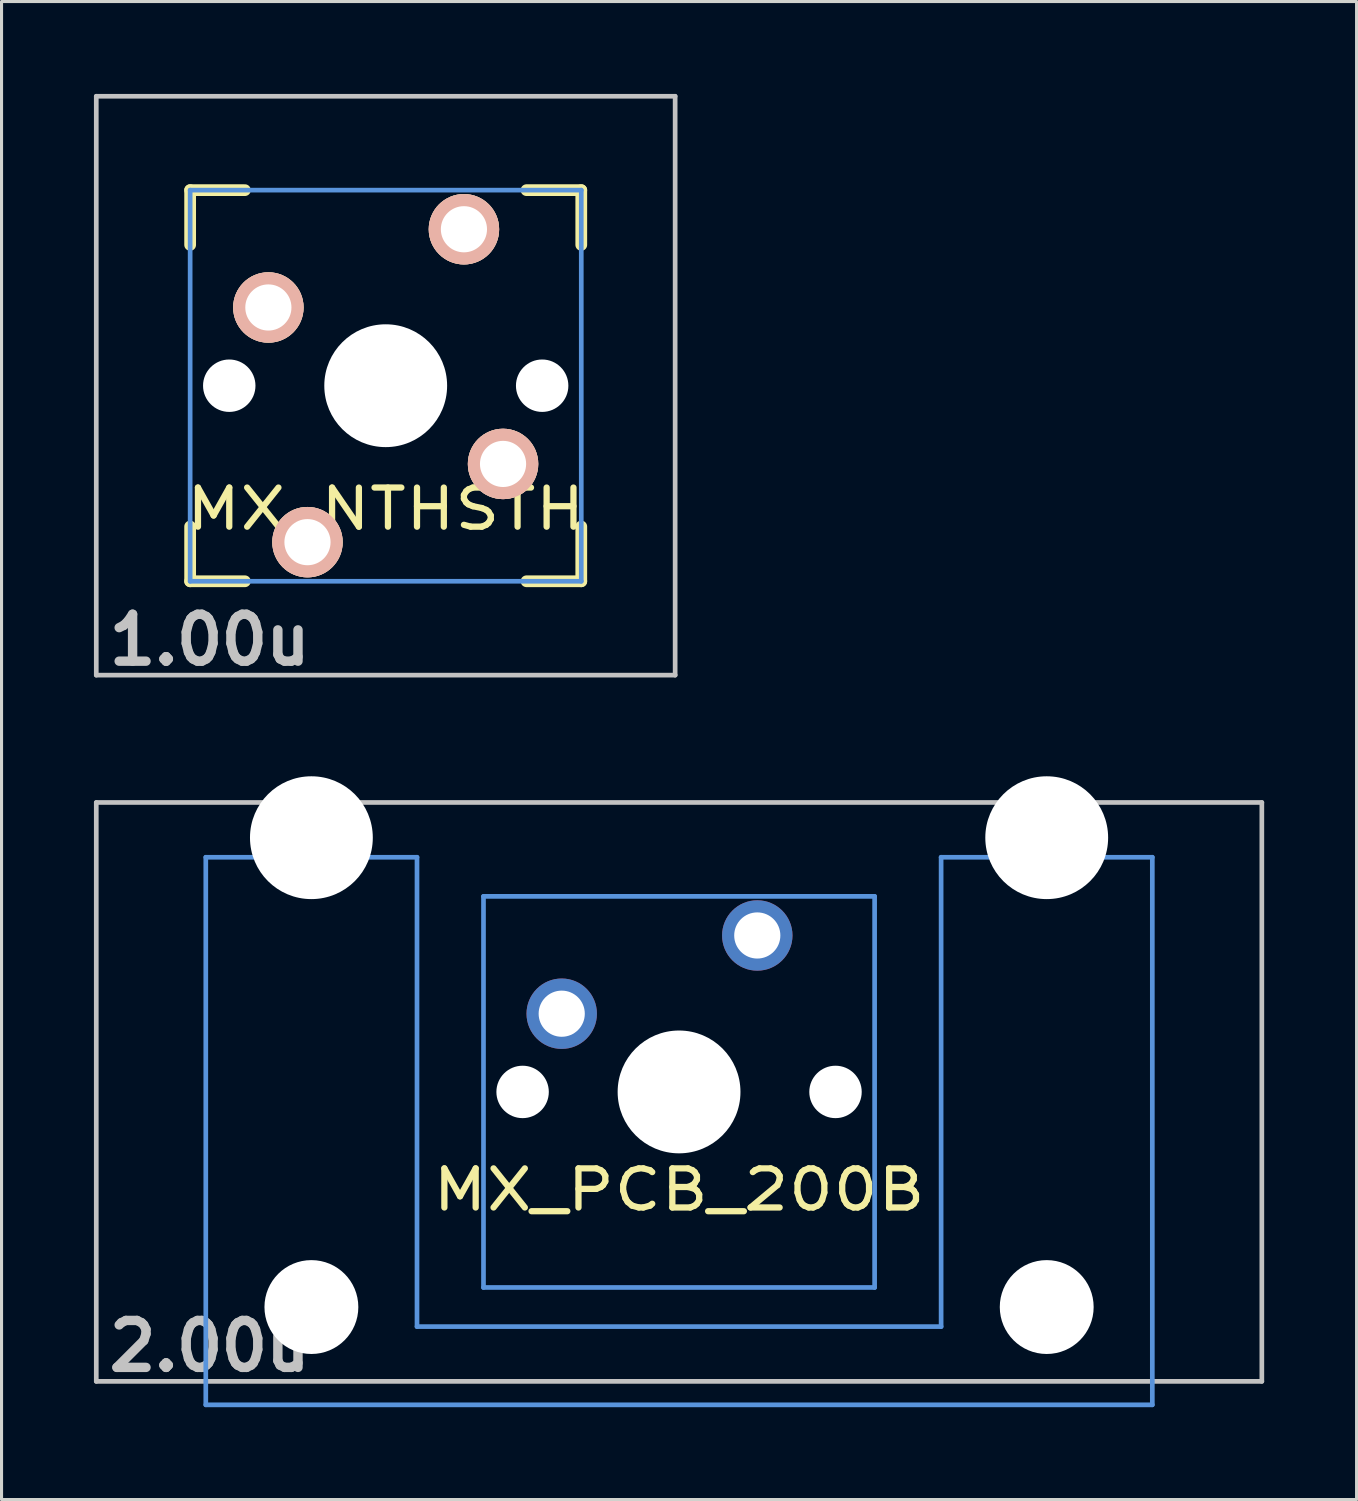
<source format=kicad_pcb>
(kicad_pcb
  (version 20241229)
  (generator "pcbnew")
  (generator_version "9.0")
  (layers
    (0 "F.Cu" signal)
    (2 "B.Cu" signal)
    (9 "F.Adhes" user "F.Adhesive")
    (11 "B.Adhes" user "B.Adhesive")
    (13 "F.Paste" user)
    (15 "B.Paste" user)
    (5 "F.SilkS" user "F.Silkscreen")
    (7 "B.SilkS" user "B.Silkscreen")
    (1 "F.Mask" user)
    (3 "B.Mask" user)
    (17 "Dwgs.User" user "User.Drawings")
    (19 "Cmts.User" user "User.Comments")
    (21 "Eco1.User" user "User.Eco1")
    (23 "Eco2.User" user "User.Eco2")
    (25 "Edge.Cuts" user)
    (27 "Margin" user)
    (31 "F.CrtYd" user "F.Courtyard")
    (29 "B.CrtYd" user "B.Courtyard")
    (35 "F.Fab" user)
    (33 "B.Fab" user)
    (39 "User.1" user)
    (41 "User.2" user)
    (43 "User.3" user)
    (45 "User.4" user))
  (footprint "MX_NTHSTH"
    (layer "F.Cu")
    (at 9.474 9.474)
    (property "Reference" "MX_NTHSTH" (at 0 4 0) (layer "F.SilkS") (effects (font (size 1.27 1.524) (thickness 0.203))))
    (attr through_hole)
    (fp_line (start -6.35 -6.35) (end -4.572 -6.35) (stroke (width 0.381) (type solid)) (layer "F.SilkS"))
    (fp_line (start -6.35 -4.572) (end -6.35 -6.35) (stroke (width 0.381) (type solid)) (layer "F.SilkS"))
    (fp_line (start -6.35 6.35) (end -6.35 4.572) (stroke (width 0.381) (type solid)) (layer "F.SilkS"))
    (fp_line (start -4.572 6.35) (end -6.35 6.35) (stroke (width 0.381) (type solid)) (layer "F.SilkS"))
    (fp_line (start 4.572 -6.35) (end 6.35 -6.35) (stroke (width 0.381) (type solid)) (layer "F.SilkS"))
    (fp_line (start 6.35 -6.35) (end 6.35 -4.572) (stroke (width 0.381) (type solid)) (layer "F.SilkS"))
    (fp_line (start 6.35 4.572) (end 6.35 6.35) (stroke (width 0.381) (type solid)) (layer "F.SilkS"))
    (fp_line (start 6.35 6.35) (end 4.572 6.35) (stroke (width 0.381) (type solid)) (layer "F.SilkS"))
    (fp_line (start -9.398 -9.398) (end 9.398 -9.398) (stroke (width 0.152) (type solid)) (layer "Dwgs.User"))
    (fp_line (start -9.398 9.398) (end -9.398 -9.398) (stroke (width 0.152) (type solid)) (layer "Dwgs.User"))
    (fp_line (start 9.398 -9.398) (end 9.398 9.398) (stroke (width 0.152) (type solid)) (layer "Dwgs.User"))
    (fp_line (start 9.398 9.398) (end -9.398 9.398) (stroke (width 0.152) (type solid)) (layer "Dwgs.User"))
    (fp_line (start -6.35 -6.35) (end 6.35 -6.35) (stroke (width 0.152) (type solid)) (layer "Cmts.User"))
    (fp_line (start -6.35 6.35) (end -6.35 -6.35) (stroke (width 0.152) (type solid)) (layer "Cmts.User"))
    (fp_line (start 6.35 -6.35) (end 6.35 6.35) (stroke (width 0.152) (type solid)) (layer "Cmts.User"))
    (fp_line (start 6.35 6.35) (end -6.35 6.35) (stroke (width 0.152) (type solid)) (layer "Cmts.User"))
    (fp_line (start -6.985 -6.985) (end 6.985 -6.985) (stroke (width 0.152) (type solid)) (layer "Eco2.User"))
    (fp_line (start -6.985 6.985) (end -6.985 -6.985) (stroke (width 0.152) (type solid)) (layer "Eco2.User"))
    (fp_line (start 6.985 -6.985) (end 6.985 6.985) (stroke (width 0.152) (type solid)) (layer "Eco2.User"))
    (fp_line (start 6.985 6.985) (end -6.985 6.985) (stroke (width 0.152) (type solid)) (layer "Eco2.User"))
    (fp_text user "1.00u" (at -5.715 8.255 0) (layer "Dwgs.User") (effects (font (size 1.524 1.524) (thickness 0.305))))
    (pad "" np_thru_hole circle (at -5.08 0) (size 1.702 1.702) (drill 1.702) (layers "*.Cu" "*.Mask"))
    (pad "" np_thru_hole circle (at 0 0) (size 3.988 3.988) (drill 3.988) (layers "*.Cu"))
    (pad "" np_thru_hole circle (at 5.08 0) (size 1.702 1.702) (drill 1.702) (layers "*.Cu" "*.Mask"))
    (pad "1" thru_hole circle (at -2.54 5.08 180) (size 2.286 2.286) (drill 1.499) (layers "*.Cu" "*.SilkS" "*.Mask"))
    (pad "1" thru_hole circle (at 2.54 -5.08) (size 2.286 2.286) (drill 1.499) (layers "*.Cu" "*.SilkS" "*.Mask"))
    (pad "2" thru_hole circle (at -3.81 -2.54) (size 2.286 2.286) (drill 1.499) (layers "*.Cu" "*.SilkS" "*.Mask"))
    (pad "2" thru_hole circle (at 3.81 2.54 180) (size 2.286 2.286) (drill 1.499) (layers "*.Cu" "*.SilkS" "*.Mask")))
  (footprint "MX_PCB_200B"
    (layer "F.Cu")
    (at 18.999 32.405)
    (property "Reference" "MX_PCB_200B" (at 0 3.175 0) (layer "F.SilkS") (effects (font (size 1.27 1.524) (thickness 0.203))))
    (attr through_hole)
    (fp_line (start -18.923 -9.398) (end 18.923 -9.398) (stroke (width 0.152) (type solid)) (layer "Dwgs.User"))
    (fp_line (start -18.923 9.398) (end -18.923 -9.398) (stroke (width 0.152) (type solid)) (layer "Dwgs.User"))
    (fp_line (start 18.923 -9.398) (end 18.923 9.398) (stroke (width 0.152) (type solid)) (layer "Dwgs.User"))
    (fp_line (start 18.923 9.398) (end -18.923 9.398) (stroke (width 0.152) (type solid)) (layer "Dwgs.User"))
    (fp_line (start -15.367 -7.62) (end -15.367 10.16) (stroke (width 0.152) (type solid)) (layer "Cmts.User"))
    (fp_line (start -15.367 10.16) (end 15.367 10.16) (stroke (width 0.152) (type solid)) (layer "Cmts.User"))
    (fp_line (start -8.509 -7.62) (end -15.367 -7.62) (stroke (width 0.152) (type solid)) (layer "Cmts.User"))
    (fp_line (start -8.509 7.62) (end -8.509 -7.62) (stroke (width 0.152) (type solid)) (layer "Cmts.User"))
    (fp_line (start -6.35 -6.35) (end 6.35 -6.35) (stroke (width 0.152) (type solid)) (layer "Cmts.User"))
    (fp_line (start -6.35 6.35) (end -6.35 -6.35) (stroke (width 0.152) (type solid)) (layer "Cmts.User"))
    (fp_line (start 6.35 -6.35) (end 6.35 6.35) (stroke (width 0.152) (type solid)) (layer "Cmts.User"))
    (fp_line (start 6.35 6.35) (end -6.35 6.35) (stroke (width 0.152) (type solid)) (layer "Cmts.User"))
    (fp_line (start 8.509 -7.62) (end 8.509 7.62) (stroke (width 0.152) (type solid)) (layer "Cmts.User"))
    (fp_line (start 8.509 7.62) (end -8.509 7.62) (stroke (width 0.152) (type solid)) (layer "Cmts.User"))
    (fp_line (start 15.367 -7.62) (end 8.509 -7.62) (stroke (width 0.152) (type solid)) (layer "Cmts.User"))
    (fp_line (start 15.367 10.16) (end 15.367 -7.62) (stroke (width 0.152) (type solid)) (layer "Cmts.User"))
    (fp_line (start -16.129 -0.508) (end -15.265 -0.508) (stroke (width 0.152) (type solid)) (layer "Eco2.User"))
    (fp_line (start -16.129 2.286) (end -16.129 -0.508) (stroke (width 0.152) (type solid)) (layer "Eco2.User"))
    (fp_line (start -15.265 -6.604) (end -14.224 -6.604) (stroke (width 0.152) (type solid)) (layer "Eco2.User"))
    (fp_line (start -15.265 -0.508) (end -15.265 -6.604) (stroke (width 0.152) (type solid)) (layer "Eco2.User"))
    (fp_line (start -15.265 2.286) (end -16.129 2.286) (stroke (width 0.152) (type solid)) (layer "Eco2.User"))
    (fp_line (start -15.265 5.69) (end -15.265 2.286) (stroke (width 0.152) (type solid)) (layer "Eco2.User"))
    (fp_line (start -14.224 -7.772) (end -9.652 -7.772) (stroke (width 0.152) (type solid)) (layer "Eco2.User"))
    (fp_line (start -14.224 -6.604) (end -14.224 -7.772) (stroke (width 0.152) (type solid)) (layer "Eco2.User"))
    (fp_line (start -9.652 -7.772) (end -9.652 -6.604) (stroke (width 0.152) (type solid)) (layer "Eco2.User"))
    (fp_line (start -9.652 -6.604) (end -8.611 -6.604) (stroke (width 0.152) (type solid)) (layer "Eco2.User"))
    (fp_line (start -8.611 -6.604) (end -8.611 -5.817) (stroke (width 0.152) (type solid)) (layer "Eco2.User"))
    (fp_line (start -8.611 -5.817) (end -6.985 -5.817) (stroke (width 0.152) (type solid)) (layer "Eco2.User"))
    (fp_line (start -8.611 4.877) (end -8.611 5.69) (stroke (width 0.152) (type solid)) (layer "Eco2.User"))
    (fp_line (start -8.611 5.69) (end -15.265 5.69) (stroke (width 0.152) (type solid)) (layer "Eco2.User"))
    (fp_line (start -6.985 -6.985) (end 6.985 -6.985) (stroke (width 0.152) (type solid)) (layer "Eco2.User"))
    (fp_line (start -6.985 -5.817) (end -6.985 -6.985) (stroke (width 0.152) (type solid)) (layer "Eco2.User"))
    (fp_line (start -6.985 4.877) (end -8.611 4.877) (stroke (width 0.152) (type solid)) (layer "Eco2.User"))
    (fp_line (start -6.985 6.985) (end -6.985 4.877) (stroke (width 0.152) (type solid)) (layer "Eco2.User"))
    (fp_line (start 6.985 -6.985) (end 6.985 -5.817) (stroke (width 0.152) (type solid)) (layer "Eco2.User"))
    (fp_line (start 6.985 -5.817) (end 8.611 -5.817) (stroke (width 0.152) (type solid)) (layer "Eco2.User"))
    (fp_line (start 6.985 4.877) (end 6.985 6.985) (stroke (width 0.152) (type solid)) (layer "Eco2.User"))
    (fp_line (start 6.985 6.985) (end -6.985 6.985) (stroke (width 0.152) (type solid)) (layer "Eco2.User"))
    (fp_line (start 8.611 -6.604) (end 9.652 -6.604) (stroke (width 0.152) (type solid)) (layer "Eco2.User"))
    (fp_line (start 8.611 -5.817) (end 8.611 -6.604) (stroke (width 0.152) (type solid)) (layer "Eco2.User"))
    (fp_line (start 8.611 4.877) (end 6.985 4.877) (stroke (width 0.152) (type solid)) (layer "Eco2.User"))
    (fp_line (start 8.611 5.69) (end 8.611 4.877) (stroke (width 0.152) (type solid)) (layer "Eco2.User"))
    (fp_line (start 9.652 -7.772) (end 14.224 -7.772) (stroke (width 0.152) (type solid)) (layer "Eco2.User"))
    (fp_line (start 9.652 -6.604) (end 9.652 -7.772) (stroke (width 0.152) (type solid)) (layer "Eco2.User"))
    (fp_line (start 14.224 -7.772) (end 14.224 -6.604) (stroke (width 0.152) (type solid)) (layer "Eco2.User"))
    (fp_line (start 14.224 -6.604) (end 15.265 -6.604) (stroke (width 0.152) (type solid)) (layer "Eco2.User"))
    (fp_line (start 15.265 -6.604) (end 15.265 -0.508) (stroke (width 0.152) (type solid)) (layer "Eco2.User"))
    (fp_line (start 15.265 -0.508) (end 16.129 -0.508) (stroke (width 0.152) (type solid)) (layer "Eco2.User"))
    (fp_line (start 15.265 2.286) (end 15.265 5.69) (stroke (width 0.152) (type solid)) (layer "Eco2.User"))
    (fp_line (start 15.265 5.69) (end 8.611 5.69) (stroke (width 0.152) (type solid)) (layer "Eco2.User"))
    (fp_line (start 16.129 -0.508) (end 16.129 2.286) (stroke (width 0.152) (type solid)) (layer "Eco2.User"))
    (fp_line (start 16.129 2.286) (end 15.265 2.286) (stroke (width 0.152) (type solid)) (layer "Eco2.User"))
    (fp_text user "2.00u" (at -15.24 8.255 0) (layer "Dwgs.User") (effects (font (size 1.524 1.524) (thickness 0.305))))
    (pad "" np_thru_hole circle (at -11.938 -8.255) (size 3.988 3.988) (drill 3.988) (layers "*.Cu" "*.Mask"))
    (pad "" np_thru_hole circle (at -11.938 6.985 90) (size 3.048 3.048) (drill 3.048) (layers "*.Cu" "*.Mask"))
    (pad "" np_thru_hole circle (at -5.08 0 180) (size 1.702 1.702) (drill 1.702) (layers "*.Cu"))
    (pad "" np_thru_hole circle (at 0 0) (size 3.988 3.988) (drill 3.988) (layers "*.Cu" "*.Mask"))
    (pad "" np_thru_hole circle (at 5.08 0 180) (size 1.702 1.702) (drill 1.702) (layers "*.Cu"))
    (pad "" np_thru_hole circle (at 11.938 -8.255) (size 3.988 3.988) (drill 3.988) (layers "*.Cu" "*.Mask"))
    (pad "" np_thru_hole circle (at 11.938 6.985 90) (size 3.048 3.048) (drill 3.048) (layers "*.Cu" "*.Mask"))
    (pad "1" thru_hole circle (at 2.54 -5.08) (size 2.286 2.286) (drill 1.499) (layers "*.Cu" "*.Mask"))
    (pad "2" thru_hole circle (at -3.81 -2.54) (size 2.286 2.286) (drill 1.499) (layers "*.Cu" "*.Mask")))
  (gr_rect
    (start -3 -3)
    (end 40.998 45.641)
    (stroke (width 0.1) (type default))
    (fill no)
    (layer "Edge.Cuts")))
</source>
